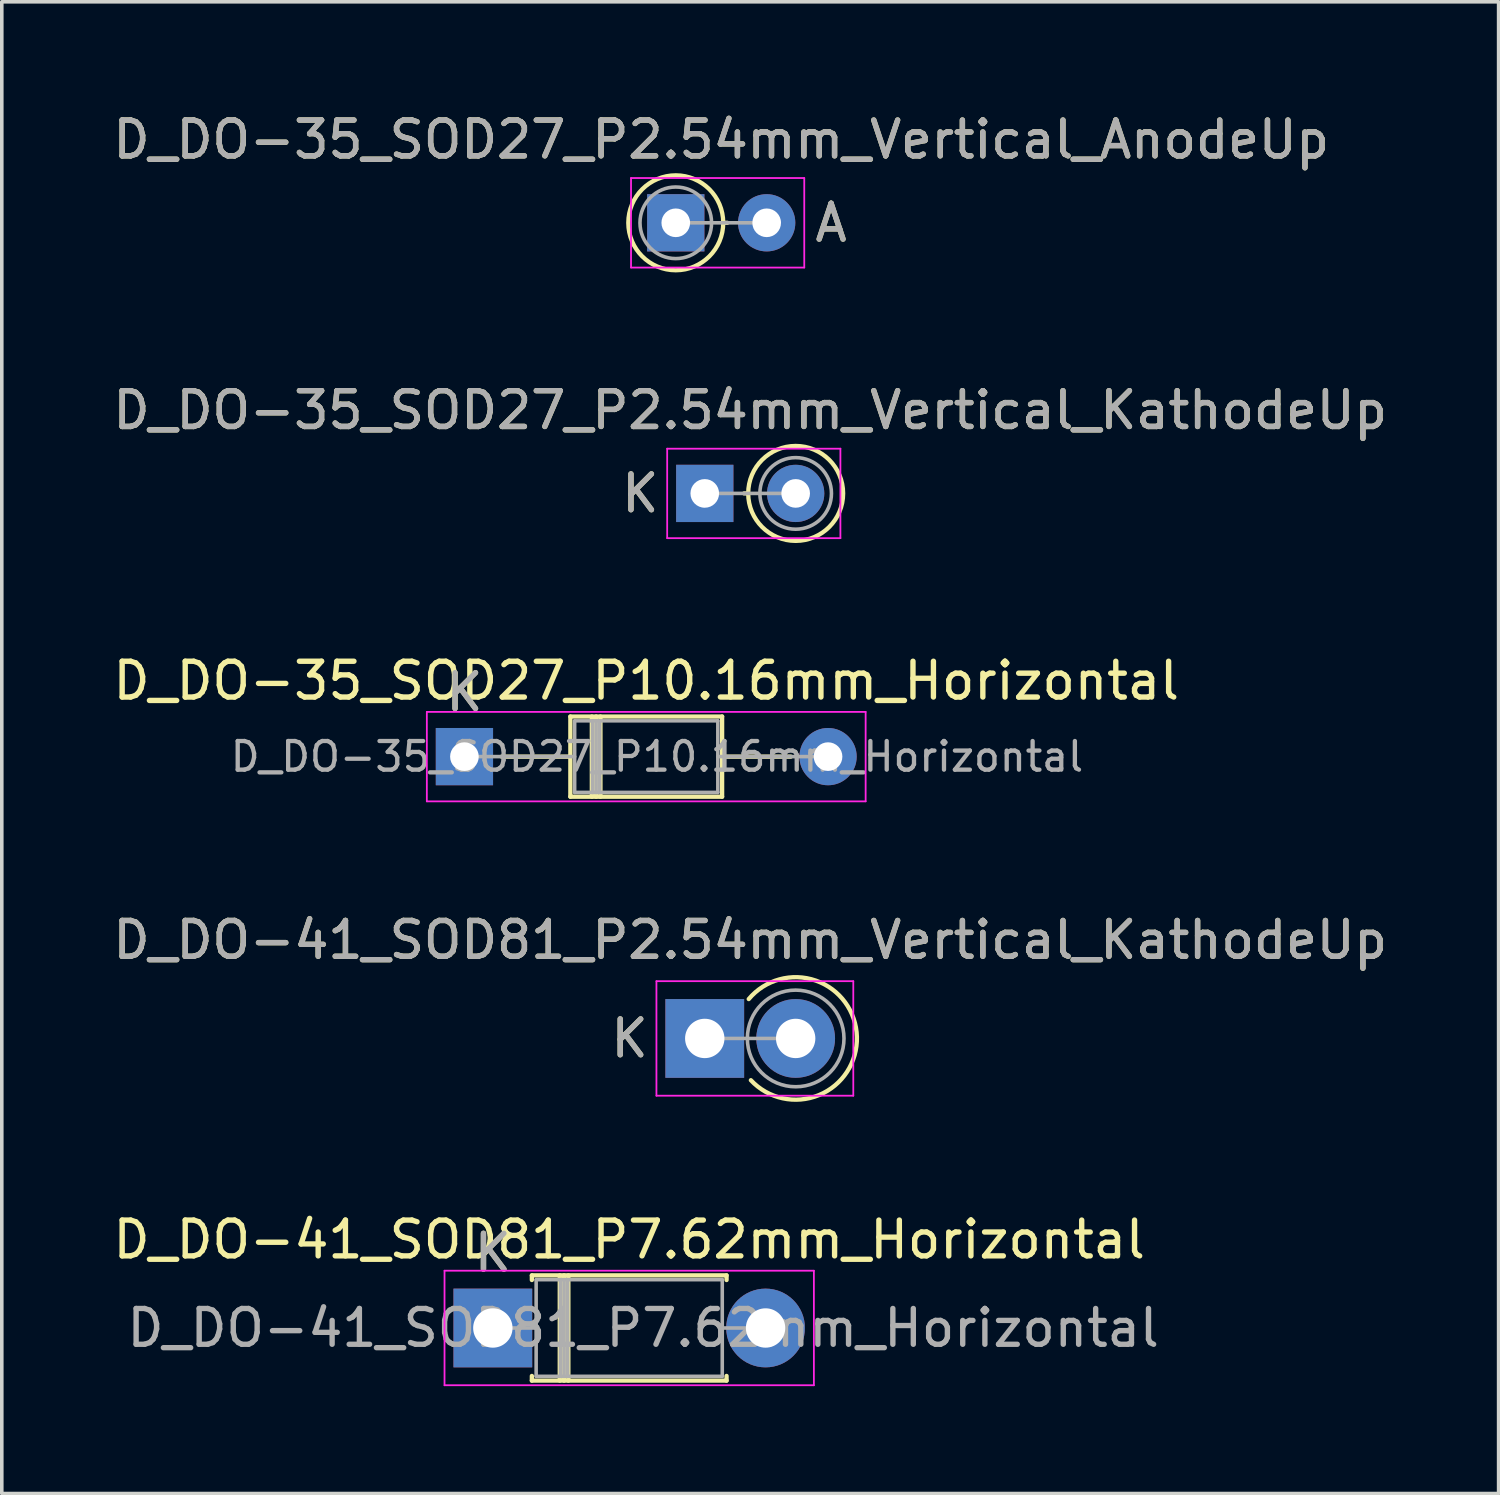
<source format=kicad_pcb>
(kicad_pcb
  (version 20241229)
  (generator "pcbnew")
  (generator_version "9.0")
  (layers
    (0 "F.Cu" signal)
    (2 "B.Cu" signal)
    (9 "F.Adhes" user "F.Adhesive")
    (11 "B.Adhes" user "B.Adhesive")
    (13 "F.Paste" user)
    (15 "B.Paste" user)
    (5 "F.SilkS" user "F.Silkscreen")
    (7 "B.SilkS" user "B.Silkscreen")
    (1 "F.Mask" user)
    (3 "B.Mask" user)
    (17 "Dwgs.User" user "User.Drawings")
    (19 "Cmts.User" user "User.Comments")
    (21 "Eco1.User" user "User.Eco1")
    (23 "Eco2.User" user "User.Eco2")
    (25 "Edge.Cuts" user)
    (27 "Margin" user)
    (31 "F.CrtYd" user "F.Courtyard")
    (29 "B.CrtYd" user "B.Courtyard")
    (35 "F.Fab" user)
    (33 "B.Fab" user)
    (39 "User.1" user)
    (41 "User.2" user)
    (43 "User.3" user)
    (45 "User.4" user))
  (footprint "D_DO-41_SOD81_P7.62mm_Horizontal"
    (layer "F.Cu")
    (at 10.72 34.054)
    (property "Reference" "D_DO-41_SOD81_P7.62mm_Horizontal" (at 3.81 -2.47 0) (layer "F.SilkS") (effects (font (size 1 1) (thickness 0.15))))
    (attr through_hole)
    (fp_line (start 1.09 -1.47) (end 6.53 -1.47) (stroke (width 0.12) (type solid)) (layer "F.SilkS"))
    (fp_line (start 1.09 -1.34) (end 1.09 -1.47) (stroke (width 0.12) (type solid)) (layer "F.SilkS"))
    (fp_line (start 1.09 1.34) (end 1.09 1.47) (stroke (width 0.12) (type solid)) (layer "F.SilkS"))
    (fp_line (start 1.09 1.47) (end 6.53 1.47) (stroke (width 0.12) (type solid)) (layer "F.SilkS"))
    (fp_line (start 1.87 -1.47) (end 1.87 1.47) (stroke (width 0.12) (type solid)) (layer "F.SilkS"))
    (fp_line (start 1.99 -1.47) (end 1.99 1.47) (stroke (width 0.12) (type solid)) (layer "F.SilkS"))
    (fp_line (start 2.11 -1.47) (end 2.11 1.47) (stroke (width 0.12) (type solid)) (layer "F.SilkS"))
    (fp_line (start 6.53 -1.47) (end 6.53 -1.34) (stroke (width 0.12) (type solid)) (layer "F.SilkS"))
    (fp_line (start 6.53 1.47) (end 6.53 1.34) (stroke (width 0.12) (type solid)) (layer "F.SilkS"))
    (fp_line (start -1.35 -1.6) (end -1.35 1.6) (stroke (width 0.05) (type solid)) (layer "F.CrtYd"))
    (fp_line (start -1.35 1.6) (end 8.97 1.6) (stroke (width 0.05) (type solid)) (layer "F.CrtYd"))
    (fp_line (start 8.97 -1.6) (end -1.35 -1.6) (stroke (width 0.05) (type solid)) (layer "F.CrtYd"))
    (fp_line (start 8.97 1.6) (end 8.97 -1.6) (stroke (width 0.05) (type solid)) (layer "F.CrtYd"))
    (fp_line (start 0 0) (end 1.21 0) (stroke (width 0.1) (type solid)) (layer "F.Fab"))
    (fp_line (start 1.21 -1.35) (end 1.21 1.35) (stroke (width 0.1) (type solid)) (layer "F.Fab"))
    (fp_line (start 1.21 1.35) (end 6.41 1.35) (stroke (width 0.1) (type solid)) (layer "F.Fab"))
    (fp_line (start 1.89 -1.35) (end 1.89 1.35) (stroke (width 0.1) (type solid)) (layer "F.Fab"))
    (fp_line (start 1.99 -1.35) (end 1.99 1.35) (stroke (width 0.1) (type solid)) (layer "F.Fab"))
    (fp_line (start 2.09 -1.35) (end 2.09 1.35) (stroke (width 0.1) (type solid)) (layer "F.Fab"))
    (fp_line (start 6.41 -1.35) (end 1.21 -1.35) (stroke (width 0.1) (type solid)) (layer "F.Fab"))
    (fp_line (start 6.41 1.35) (end 6.41 -1.35) (stroke (width 0.1) (type solid)) (layer "F.Fab"))
    (fp_line (start 7.62 0) (end 6.41 0) (stroke (width 0.1) (type solid)) (layer "F.Fab"))
    (fp_text user "K" (at 0 -2.1 0) (layer "F.SilkS") (effects (font (size 1 1) (thickness 0.15))))
    (fp_text user "K" (at 0 -2.1 0) (layer "F.Fab") (effects (font (size 1 1) (thickness 0.15))))
    (fp_text user "${REFERENCE}" (at 4.2 0 0) (layer "F.Fab") (effects (font (size 1 1) (thickness 0.15))))
    (pad "1" thru_hole rect (at 0 0) (size 2.2 2.2) (drill 1.1) (layers "*.Cu" "*.Mask"))
    (pad "2" thru_hole oval (at 7.62 0) (size 2.2 2.2) (drill 1.1) (layers "*.Cu" "*.Mask")))
  (footprint "D_DO-41_SOD81_P2.54mm_Vertical_KathodeUp"
    (layer "F.Cu")
    (at 16.641 25.964)
    (property "Reference" "D_DO-41_SOD81_P2.54mm_Vertical_KathodeUp" (at 1.27 -2.751 0) (layer "F.SilkS") (effects (font (size 1 1) (thickness 0.15))))
    (attr through_hole)
    (fp_arc (start 1.228847 -1.1) (mid 4.250877 -0.044974) (end 1.288449 1.167366) (stroke (width 0.12) (type solid)) (layer "F.SilkS"))
    (fp_line (start -1.35 -1.6) (end -1.35 1.6) (stroke (width 0.05) (type solid)) (layer "F.CrtYd"))
    (fp_line (start -1.35 1.6) (end 4.15 1.6) (stroke (width 0.05) (type solid)) (layer "F.CrtYd"))
    (fp_line (start 4.15 -1.6) (end -1.35 -1.6) (stroke (width 0.05) (type solid)) (layer "F.CrtYd"))
    (fp_line (start 4.15 1.6) (end 4.15 -1.6) (stroke (width 0.05) (type solid)) (layer "F.CrtYd"))
    (fp_line (start 0 0) (end 2.54 0) (stroke (width 0.1) (type solid)) (layer "F.Fab"))
    (fp_circle (center 2.54 0) (end 3.89 0) (stroke (width 0.1) (type solid)) (fill no) (layer "F.Fab"))
    (fp_text user "K" (at -2.1 0 0) (layer "F.SilkS") (effects (font (size 1 1) (thickness 0.15))))
    (fp_text user "K" (at -2.1 0 0) (layer "F.Fab") (effects (font (size 1 1) (thickness 0.15))))
    (fp_text user "${REFERENCE}" (at 1.27 -2.751 0) (layer "F.Fab") (effects (font (size 1 1) (thickness 0.15))))
    (pad "1" thru_hole rect (at 0 0) (size 2.2 2.2) (drill 1.1) (layers "*.Cu" "*.Mask"))
    (pad "2" thru_hole oval (at 2.54 0) (size 2.2 2.2) (drill 1.1) (layers "*.Cu" "*.Mask")))
  (footprint "D_DO-35_SOD27_P2.54mm_Vertical_KathodeUp"
    (layer "F.Cu")
    (at 16.641 10.736)
    (property "Reference" "D_DO-35_SOD27_P2.54mm_Vertical_KathodeUp" (at 1.27 -2.326 0) (layer "F.SilkS") (effects (font (size 1 1) (thickness 0.15))))
    (attr through_hole)
    (fp_line (start 1.214 0) (end 1.1 0) (stroke (width 0.12) (type solid)) (layer "F.SilkS"))
    (fp_circle (center 2.54 0) (end 3.866 0) (stroke (width 0.12) (type solid)) (fill no) (layer "F.SilkS"))
    (fp_line (start -1.05 -1.25) (end -1.05 1.25) (stroke (width 0.05) (type solid)) (layer "F.CrtYd"))
    (fp_line (start -1.05 1.25) (end 3.79 1.25) (stroke (width 0.05) (type solid)) (layer "F.CrtYd"))
    (fp_line (start 3.79 -1.25) (end -1.05 -1.25) (stroke (width 0.05) (type solid)) (layer "F.CrtYd"))
    (fp_line (start 3.79 1.25) (end 3.79 -1.25) (stroke (width 0.05) (type solid)) (layer "F.CrtYd"))
    (fp_line (start 0 0) (end 2.54 0) (stroke (width 0.1) (type solid)) (layer "F.Fab"))
    (fp_circle (center 2.54 0) (end 3.54 0) (stroke (width 0.1) (type solid)) (fill no) (layer "F.Fab"))
    (fp_text user "K" (at -1.8 0 0) (layer "F.SilkS") (effects (font (size 1 1) (thickness 0.15))))
    (fp_text user "${REFERENCE}" (at 1.27 -2.326 0) (layer "F.Fab") (effects (font (size 1 1) (thickness 0.15))))
    (fp_text user "K" (at -1.8 0 0) (layer "F.Fab") (effects (font (size 1 1) (thickness 0.15))))
    (pad "1" thru_hole rect (at 0 0) (size 1.6 1.6) (drill 0.8) (layers "*.Cu" "*.Mask"))
    (pad "2" thru_hole oval (at 2.54 0) (size 1.6 1.6) (drill 0.8) (layers "*.Cu" "*.Mask")))
  (footprint "D_DO-35_SOD27_P2.54mm_Vertical_AnodeUp"
    (layer "F.Cu")
    (at 15.831 3.175)
    (property "Reference" "D_DO-35_SOD27_P2.54mm_Vertical_AnodeUp" (at 1.27 -2.326 0) (layer "F.SilkS") (effects (font (size 1 1) (thickness 0.15))))
    (attr through_hole)
    (fp_line (start 1.326 0) (end 1.44 0) (stroke (width 0.12) (type solid)) (layer "F.SilkS"))
    (fp_circle (center 0 0) (end 1.326 0) (stroke (width 0.12) (type solid)) (fill no) (layer "F.SilkS"))
    (fp_line (start -1.25 -1.25) (end -1.25 1.25) (stroke (width 0.05) (type solid)) (layer "F.CrtYd"))
    (fp_line (start -1.25 1.25) (end 3.59 1.25) (stroke (width 0.05) (type solid)) (layer "F.CrtYd"))
    (fp_line (start 3.59 -1.25) (end -1.25 -1.25) (stroke (width 0.05) (type solid)) (layer "F.CrtYd"))
    (fp_line (start 3.59 1.25) (end 3.59 -1.25) (stroke (width 0.05) (type solid)) (layer "F.CrtYd"))
    (fp_line (start 0 0) (end 2.54 0) (stroke (width 0.1) (type solid)) (layer "F.Fab"))
    (fp_circle (center 0 0) (end 1 0) (stroke (width 0.1) (type solid)) (fill no) (layer "F.Fab"))
    (fp_text user "A" (at 4.34 0 0) (layer "F.SilkS") (effects (font (size 1 1) (thickness 0.15))))
    (fp_text user "${REFERENCE}" (at 1.27 -2.326 0) (layer "F.Fab") (effects (font (size 1 1) (thickness 0.15))))
    (fp_text user "A" (at 4.34 0 0) (layer "F.Fab") (effects (font (size 1 1) (thickness 0.15))))
    (pad "1" thru_hole rect (at 0 0) (size 1.6 1.6) (drill 0.8) (layers "*.Cu" "*.Mask"))
    (pad "2" thru_hole oval (at 2.54 0) (size 1.6 1.6) (drill 0.8) (layers "*.Cu" "*.Mask")))
  (footprint "D_DO-35_SOD27_P10.16mm_Horizontal"
    (layer "F.Cu")
    (at 9.926 18.09)
    (property "Reference" "D_DO-35_SOD27_P10.16mm_Horizontal" (at 5.08 -2.12 0) (layer "F.SilkS") (effects (font (size 1 1) (thickness 0.15))))
    (attr through_hole)
    (fp_line (start 1.04 0) (end 2.96 0) (stroke (width 0.12) (type solid)) (layer "F.SilkS"))
    (fp_line (start 2.96 -1.12) (end 2.96 1.12) (stroke (width 0.12) (type solid)) (layer "F.SilkS"))
    (fp_line (start 2.96 1.12) (end 7.2 1.12) (stroke (width 0.12) (type solid)) (layer "F.SilkS"))
    (fp_line (start 3.56 -1.12) (end 3.56 1.12) (stroke (width 0.12) (type solid)) (layer "F.SilkS"))
    (fp_line (start 3.68 -1.12) (end 3.68 1.12) (stroke (width 0.12) (type solid)) (layer "F.SilkS"))
    (fp_line (start 3.8 -1.12) (end 3.8 1.12) (stroke (width 0.12) (type solid)) (layer "F.SilkS"))
    (fp_line (start 7.2 -1.12) (end 2.96 -1.12) (stroke (width 0.12) (type solid)) (layer "F.SilkS"))
    (fp_line (start 7.2 1.12) (end 7.2 -1.12) (stroke (width 0.12) (type solid)) (layer "F.SilkS"))
    (fp_line (start 9.12 0) (end 7.2 0) (stroke (width 0.12) (type solid)) (layer "F.SilkS"))
    (fp_line (start -1.05 -1.25) (end -1.05 1.25) (stroke (width 0.05) (type solid)) (layer "F.CrtYd"))
    (fp_line (start -1.05 1.25) (end 11.21 1.25) (stroke (width 0.05) (type solid)) (layer "F.CrtYd"))
    (fp_line (start 11.21 -1.25) (end -1.05 -1.25) (stroke (width 0.05) (type solid)) (layer "F.CrtYd"))
    (fp_line (start 11.21 1.25) (end 11.21 -1.25) (stroke (width 0.05) (type solid)) (layer "F.CrtYd"))
    (fp_line (start 0 0) (end 3.08 0) (stroke (width 0.1) (type solid)) (layer "F.Fab"))
    (fp_line (start 3.08 -1) (end 3.08 1) (stroke (width 0.1) (type solid)) (layer "F.Fab"))
    (fp_line (start 3.08 1) (end 7.08 1) (stroke (width 0.1) (type solid)) (layer "F.Fab"))
    (fp_line (start 3.58 -1) (end 3.58 1) (stroke (width 0.1) (type solid)) (layer "F.Fab"))
    (fp_line (start 3.68 -1) (end 3.68 1) (stroke (width 0.1) (type solid)) (layer "F.Fab"))
    (fp_line (start 3.78 -1) (end 3.78 1) (stroke (width 0.1) (type solid)) (layer "F.Fab"))
    (fp_line (start 7.08 -1) (end 3.08 -1) (stroke (width 0.1) (type solid)) (layer "F.Fab"))
    (fp_line (start 7.08 1) (end 7.08 -1) (stroke (width 0.1) (type solid)) (layer "F.Fab"))
    (fp_line (start 10.16 0) (end 7.08 0) (stroke (width 0.1) (type solid)) (layer "F.Fab"))
    (fp_text user "K" (at 0 -1.8 0) (layer "F.SilkS") (effects (font (size 1 1) (thickness 0.15))))
    (fp_text user "${REFERENCE}" (at 5.38 0 0) (layer "F.Fab") (effects (font (size 0.8 0.8) (thickness 0.12))))
    (fp_text user "K" (at 0 -1.8 0) (layer "F.Fab") (effects (font (size 1 1) (thickness 0.15))))
    (pad "1" thru_hole rect (at 0 0) (size 1.6 1.6) (drill 0.8) (layers "*.Cu" "*.Mask"))
    (pad "2" thru_hole oval (at 10.16 0) (size 1.6 1.6) (drill 0.8) (layers "*.Cu" "*.Mask")))
  (gr_rect
    (start -3 -3)
    (end 38.821 38.679)
    (stroke (width 0.1) (type default))
    (fill no)
    (layer "Edge.Cuts")))
</source>
